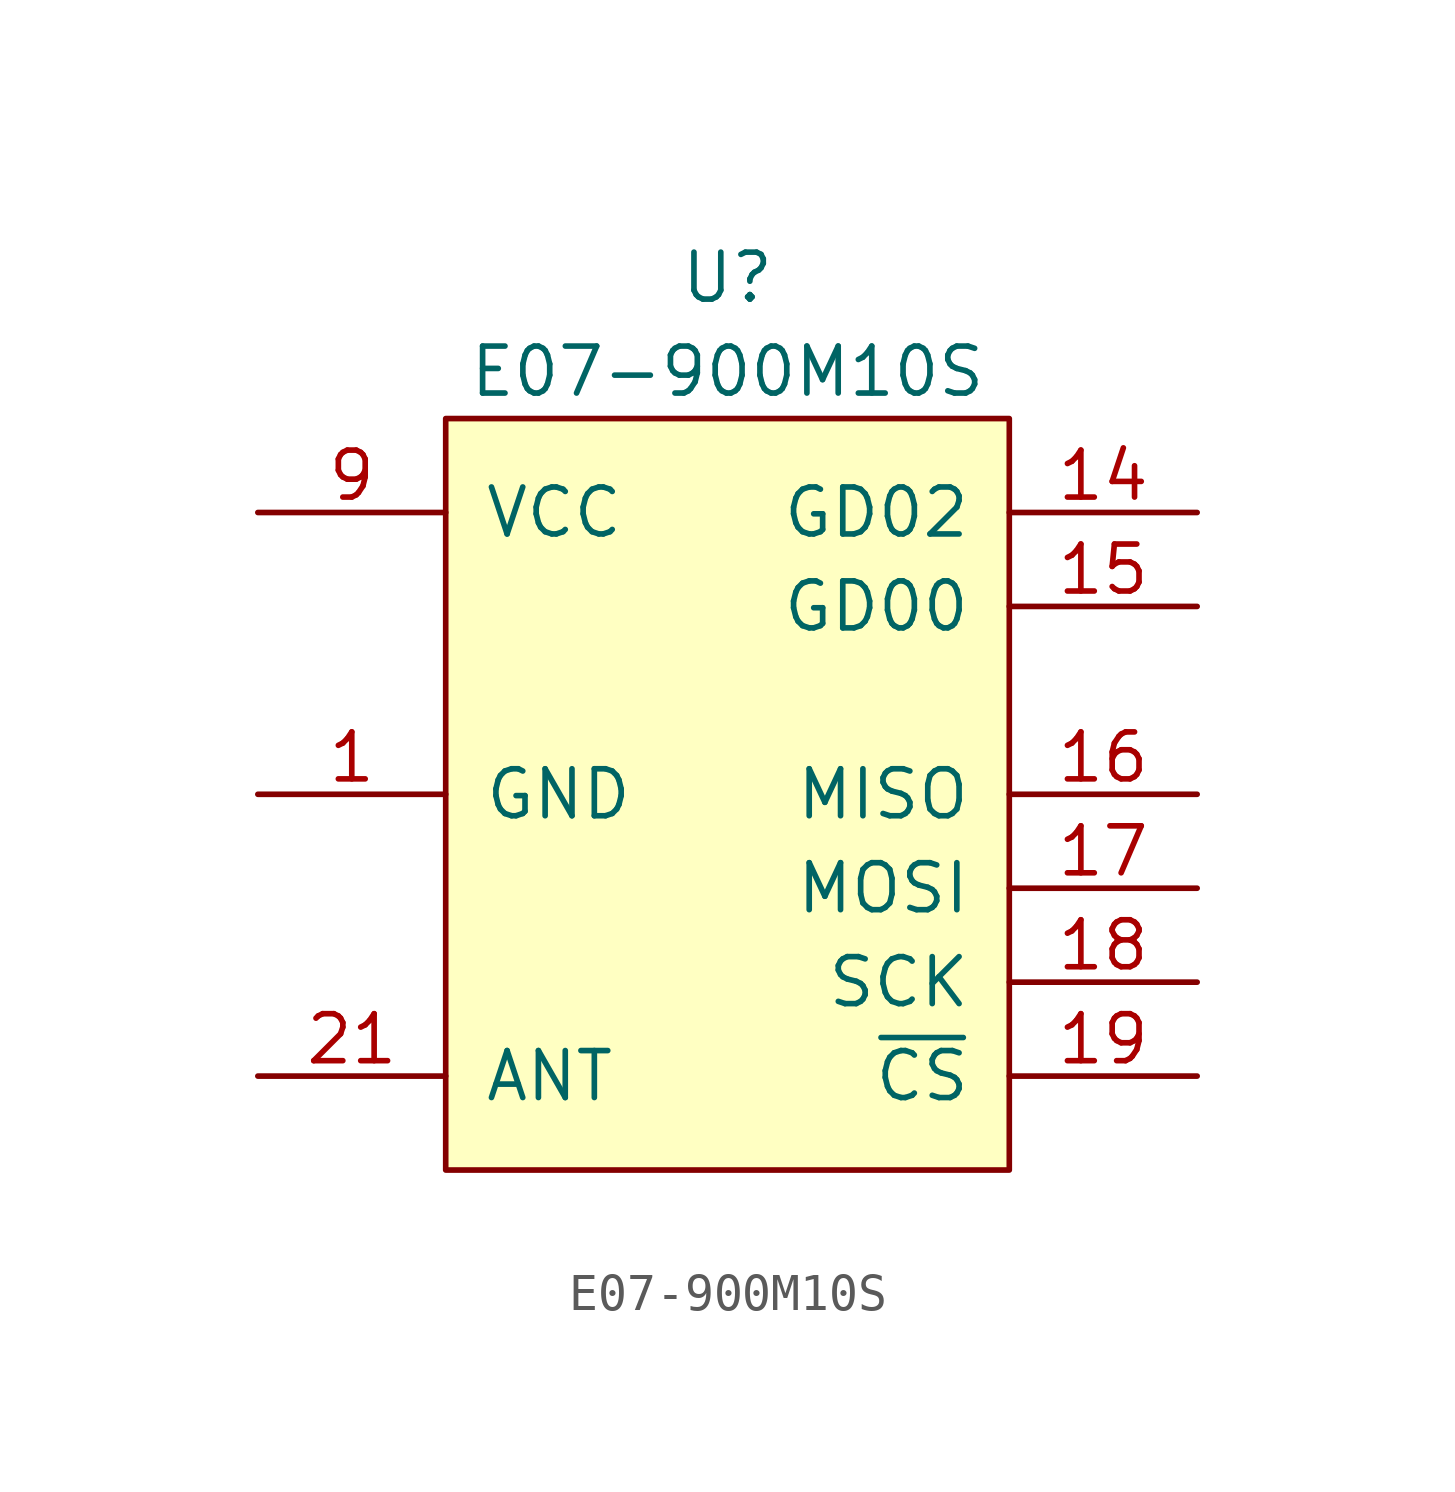
<source format=kicad_sym>
(kicad_symbol_lib
  (version 20220914)
  (generator kicad_symbol_editor)
  (symbol "E07-900M10S"
    (pin_names
      (offset 1.016))
    (property "Reference" "U"
      (at 0 13.97 0)
      (effects (font (size 1.27 1.27))))
    (property "Value" "E07-900M10S"
      (at 0 11.43 0)
      (effects (font (size 1.27 1.27))))
    (symbol "E07-900M10S_0_1"
      (rectangle (start -7.62 10.16) (end 7.62 -10.16) (stroke (width 0) (type solid)) (fill (type background))))
    (symbol "E07-900M10S_1_1"
      (pin passive line (at -12.7 0 0) (length 5.08) (name "GND" (effects (font (size 1.27 1.27)))) (number "1" (effects (font (size 1.27 1.27)))))
      (pin no_connect line (at -7.62 -3.81 0) (length 2.54) hide (name "NC" (effects (font (size 1.27 1.27)))) (number "10" (effects (font (size 1.27 1.27)))))
      (pin passive line (at -12.7 0 0) (length 5.08) hide (name "GND" (effects (font (size 1.27 1.27)))) (number "11" (effects (font (size 1.27 1.27)))))
      (pin passive line (at -12.7 0 0) (length 5.08) hide (name "GND" (effects (font (size 1.27 1.27)))) (number "12" (effects (font (size 1.27 1.27)))))
      (pin no_connect line (at -7.62 -3.81 0) (length 2.54) hide (name "NC" (effects (font (size 1.27 1.27)))) (number "13" (effects (font (size 1.27 1.27)))))
      (pin passive line (at 12.7 7.62 180) (length 5.08) (name "GD02" (effects (font (size 1.27 1.27)))) (number "14" (effects (font (size 1.27 1.27)))))
      (pin passive line (at 12.7 5.08 180) (length 5.08) (name "GD00" (effects (font (size 1.27 1.27)))) (number "15" (effects (font (size 1.27 1.27)))))
      (pin passive line (at 12.7 0 180) (length 5.08) (name "MISO" (effects (font (size 1.27 1.27)))) (number "16" (effects (font (size 1.27 1.27)))))
      (pin passive line (at 12.7 -2.54 180) (length 5.08) (name "MOSI" (effects (font (size 1.27 1.27)))) (number "17" (effects (font (size 1.27 1.27)))))
      (pin passive line (at 12.7 -5.08 180) (length 5.08) (name "SCK" (effects (font (size 1.27 1.27)))) (number "18" (effects (font (size 1.27 1.27)))))
      (pin passive line (at 12.7 -7.62 180) (length 5.08) (name "~{CS}" (effects (font (size 1.27 1.27)))) (number "19" (effects (font (size 1.27 1.27)))))
      (pin passive line (at -12.7 0 0) (length 5.08) hide (name "GND" (effects (font (size 1.27 1.27)))) (number "2" (effects (font (size 1.27 1.27)))))
      (pin passive line (at -12.7 0 0) (length 5.08) hide (name "GND" (effects (font (size 1.27 1.27)))) (number "20" (effects (font (size 1.27 1.27)))))
      (pin passive line (at -12.7 -7.62 0) (length 5.08) (name "ANT" (effects (font (size 1.27 1.27)))) (number "21" (effects (font (size 1.27 1.27)))))
      (pin passive line (at -12.7 0 0) (length 5.08) hide (name "GND" (effects (font (size 1.27 1.27)))) (number "22" (effects (font (size 1.27 1.27)))))
      (pin passive line (at -12.7 0 0) (length 5.08) hide (name "GND" (effects (font (size 1.27 1.27)))) (number "3" (effects (font (size 1.27 1.27)))))
      (pin passive line (at -12.7 0 0) (length 5.08) hide (name "GND" (effects (font (size 1.27 1.27)))) (number "4" (effects (font (size 1.27 1.27)))))
      (pin passive line (at -12.7 0 0) (length 5.08) hide (name "GND" (effects (font (size 1.27 1.27)))) (number "5" (effects (font (size 1.27 1.27)))))
      (pin no_connect line (at -7.62 -3.81 0) (length 2.54) hide (name "NC" (effects (font (size 1.27 1.27)))) (number "6" (effects (font (size 1.27 1.27)))))
      (pin no_connect line (at -7.62 -3.81 0) (length 2.54) hide (name "NC" (effects (font (size 1.27 1.27)))) (number "7" (effects (font (size 1.27 1.27)))))
      (pin no_connect line (at -7.62 -3.81 0) (length 2.54) hide (name "NC" (effects (font (size 1.27 1.27)))) (number "8" (effects (font (size 1.27 1.27)))))
      (pin passive line (at -12.7 7.62 0) (length 5.08) (name "VCC" (effects (font (size 1.27 1.27)))) (number "9" (effects (font (size 1.27 1.27))))))))
</source>
